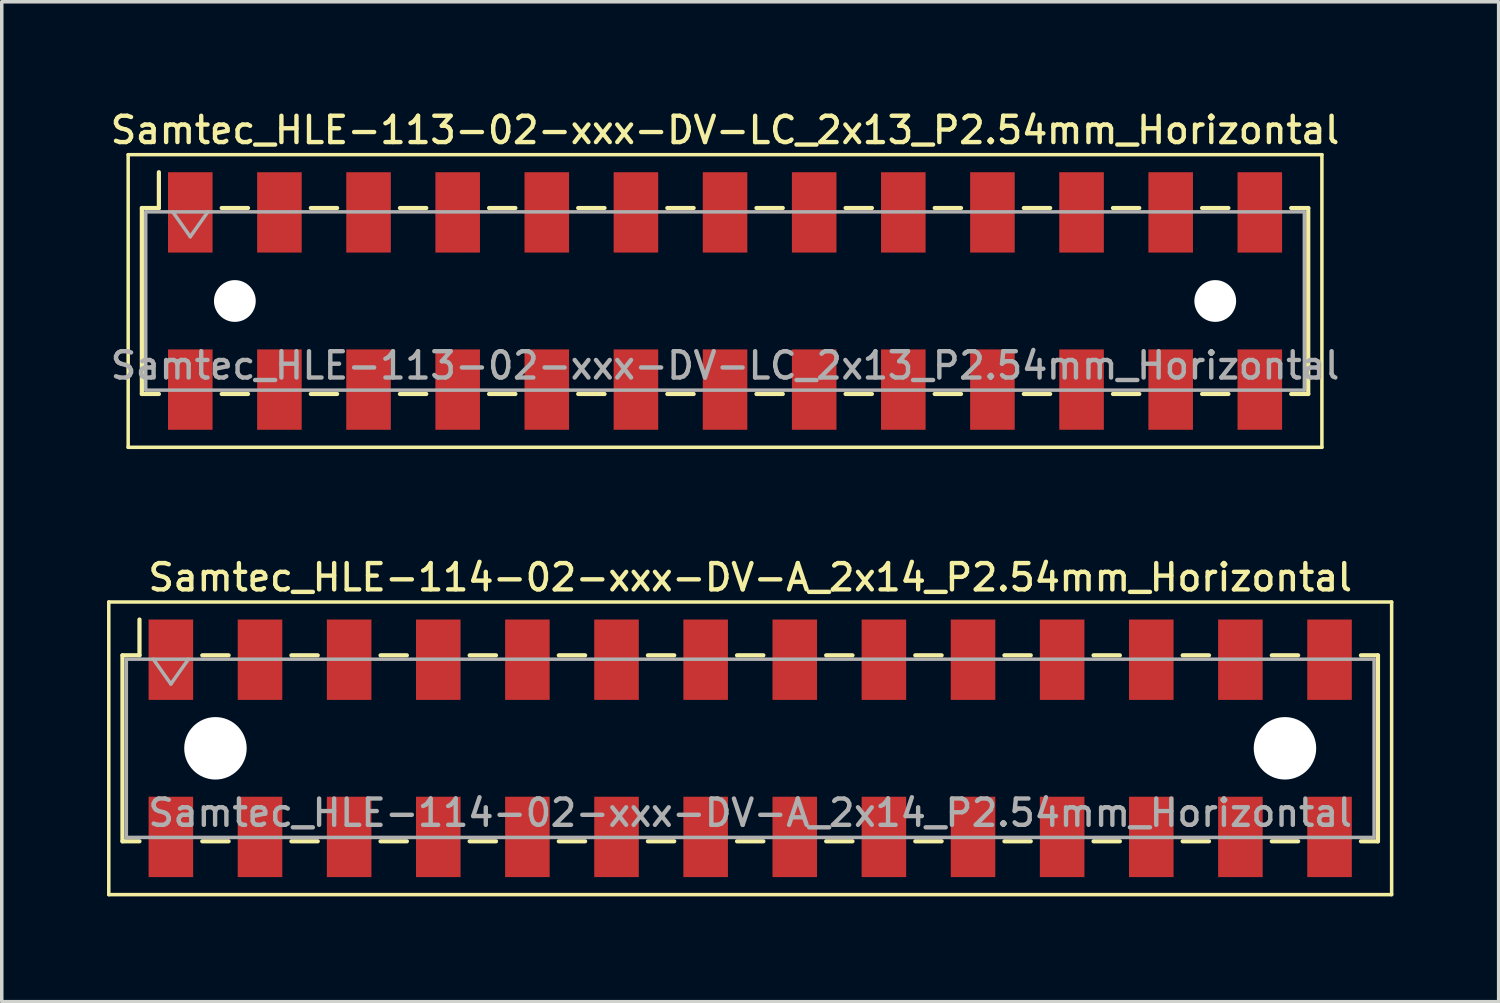
<source format=kicad_pcb>
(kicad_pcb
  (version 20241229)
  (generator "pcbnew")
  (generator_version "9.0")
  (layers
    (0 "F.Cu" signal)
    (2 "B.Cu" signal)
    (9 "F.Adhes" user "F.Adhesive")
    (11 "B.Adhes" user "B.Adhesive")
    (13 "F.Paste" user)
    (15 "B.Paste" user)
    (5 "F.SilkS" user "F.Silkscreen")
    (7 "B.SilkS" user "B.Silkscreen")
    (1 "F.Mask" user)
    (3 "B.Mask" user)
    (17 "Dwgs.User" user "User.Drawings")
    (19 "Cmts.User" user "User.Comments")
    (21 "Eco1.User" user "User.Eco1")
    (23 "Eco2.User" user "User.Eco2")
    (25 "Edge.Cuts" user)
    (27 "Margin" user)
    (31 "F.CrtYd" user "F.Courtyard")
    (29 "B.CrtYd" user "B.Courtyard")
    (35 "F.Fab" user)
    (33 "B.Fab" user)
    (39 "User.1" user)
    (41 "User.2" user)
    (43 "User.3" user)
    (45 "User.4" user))
  (footprint "Samtec_HLE-113-02-xxx-DV-LC_2x13_P2.54mm_Horizontal"
    (layer "F.Cu")
    (at 17.613 5.528)
    (property "Reference" "Samtec_HLE-113-02-xxx-DV-LC_2x13_P2.54mm_Horizontal" (at 0 -4.87 0) (layer "F.SilkS") (effects (font (size 0.75 0.75) (thickness 0.125))))
    (attr smd)
    (fp_line (start -17.01 -4.17) (end 17.01 -4.17) (stroke (width 0.1) (type solid)) (layer "F.SilkS"))
    (fp_line (start -17.01 4.17) (end -17.01 -4.17) (stroke (width 0.1) (type solid)) (layer "F.SilkS"))
    (fp_line (start -16.62 -2.65) (end -16.62 2.65) (stroke (width 0.12) (type solid)) (layer "F.SilkS"))
    (fp_line (start -16.62 2.65) (end -16.135 2.65) (stroke (width 0.12) (type solid)) (layer "F.SilkS"))
    (fp_line (start -16.135 -3.67) (end -16.135 -2.65) (stroke (width 0.12) (type solid)) (layer "F.SilkS"))
    (fp_line (start -16.135 -2.65) (end -16.62 -2.65) (stroke (width 0.12) (type solid)) (layer "F.SilkS"))
    (fp_line (start -14.345 -2.65) (end -13.595 -2.65) (stroke (width 0.12) (type solid)) (layer "F.SilkS"))
    (fp_line (start -14.345 2.65) (end -13.595 2.65) (stroke (width 0.12) (type solid)) (layer "F.SilkS"))
    (fp_line (start -11.805 -2.65) (end -11.055 -2.65) (stroke (width 0.12) (type solid)) (layer "F.SilkS"))
    (fp_line (start -11.805 2.65) (end -11.055 2.65) (stroke (width 0.12) (type solid)) (layer "F.SilkS"))
    (fp_line (start -9.265 -2.65) (end -8.515 -2.65) (stroke (width 0.12) (type solid)) (layer "F.SilkS"))
    (fp_line (start -9.265 2.65) (end -8.515 2.65) (stroke (width 0.12) (type solid)) (layer "F.SilkS"))
    (fp_line (start -6.725 -2.65) (end -5.975 -2.65) (stroke (width 0.12) (type solid)) (layer "F.SilkS"))
    (fp_line (start -6.725 2.65) (end -5.975 2.65) (stroke (width 0.12) (type solid)) (layer "F.SilkS"))
    (fp_line (start -4.185 -2.65) (end -3.435 -2.65) (stroke (width 0.12) (type solid)) (layer "F.SilkS"))
    (fp_line (start -4.185 2.65) (end -3.435 2.65) (stroke (width 0.12) (type solid)) (layer "F.SilkS"))
    (fp_line (start -1.645 -2.65) (end -0.895 -2.65) (stroke (width 0.12) (type solid)) (layer "F.SilkS"))
    (fp_line (start -1.645 2.65) (end -0.895 2.65) (stroke (width 0.12) (type solid)) (layer "F.SilkS"))
    (fp_line (start 0.895 -2.65) (end 1.645 -2.65) (stroke (width 0.12) (type solid)) (layer "F.SilkS"))
    (fp_line (start 0.895 2.65) (end 1.645 2.65) (stroke (width 0.12) (type solid)) (layer "F.SilkS"))
    (fp_line (start 3.435 -2.65) (end 4.185 -2.65) (stroke (width 0.12) (type solid)) (layer "F.SilkS"))
    (fp_line (start 3.435 2.65) (end 4.185 2.65) (stroke (width 0.12) (type solid)) (layer "F.SilkS"))
    (fp_line (start 5.975 -2.65) (end 6.725 -2.65) (stroke (width 0.12) (type solid)) (layer "F.SilkS"))
    (fp_line (start 5.975 2.65) (end 6.725 2.65) (stroke (width 0.12) (type solid)) (layer "F.SilkS"))
    (fp_line (start 8.515 -2.65) (end 9.265 -2.65) (stroke (width 0.12) (type solid)) (layer "F.SilkS"))
    (fp_line (start 8.515 2.65) (end 9.265 2.65) (stroke (width 0.12) (type solid)) (layer "F.SilkS"))
    (fp_line (start 11.055 -2.65) (end 11.805 -2.65) (stroke (width 0.12) (type solid)) (layer "F.SilkS"))
    (fp_line (start 11.055 2.65) (end 11.805 2.65) (stroke (width 0.12) (type solid)) (layer "F.SilkS"))
    (fp_line (start 13.595 -2.65) (end 14.345 -2.65) (stroke (width 0.12) (type solid)) (layer "F.SilkS"))
    (fp_line (start 13.595 2.65) (end 14.345 2.65) (stroke (width 0.12) (type solid)) (layer "F.SilkS"))
    (fp_line (start 16.135 -2.65) (end 16.62 -2.65) (stroke (width 0.12) (type solid)) (layer "F.SilkS"))
    (fp_line (start 16.62 -2.65) (end 16.62 2.65) (stroke (width 0.12) (type solid)) (layer "F.SilkS"))
    (fp_line (start 16.62 2.65) (end 16.135 2.65) (stroke (width 0.12) (type solid)) (layer "F.SilkS"))
    (fp_line (start 17.01 -4.17) (end 17.01 4.17) (stroke (width 0.1) (type solid)) (layer "F.SilkS"))
    (fp_line (start 17.01 4.17) (end -17.01 4.17) (stroke (width 0.1) (type solid)) (layer "F.SilkS"))
    (fp_line (start -16.51 -2.54) (end 16.51 -2.54) (stroke (width 0.1) (type solid)) (layer "F.Fab"))
    (fp_line (start -16.51 2.54) (end -16.51 -2.54) (stroke (width 0.1) (type solid)) (layer "F.Fab"))
    (fp_line (start -15.74 -2.54) (end -15.24 -1.833) (stroke (width 0.1) (type solid)) (layer "F.Fab"))
    (fp_line (start -15.24 -1.833) (end -14.74 -2.54) (stroke (width 0.1) (type solid)) (layer "F.Fab"))
    (fp_line (start 16.51 -2.54) (end 16.51 2.54) (stroke (width 0.1) (type solid)) (layer "F.Fab"))
    (fp_line (start 16.51 2.54) (end -16.51 2.54) (stroke (width 0.1) (type solid)) (layer "F.Fab"))
    (fp_text user "${REFERENCE}" (at 0 1.84 0) (layer "F.Fab") (effects (font (size 0.75 0.75) (thickness 0.125))))
    (pad "" np_thru_hole circle (at -13.97 0) (size 1.19 1.19) (drill 1.19) (layers "*.Cu" "*.Mask"))
    (pad "" np_thru_hole circle (at 13.97 0) (size 1.19 1.19) (drill 1.19) (layers "*.Cu" "*.Mask"))
    (pad "1" smd rect (at -15.24 -2.525) (size 1.27 2.29) (layers "F.Cu" "F.Mask" "F.Paste"))
    (pad "2" smd rect (at -15.24 2.525) (size 1.27 2.29) (layers "F.Cu" "F.Mask" "F.Paste"))
    (pad "3" smd rect (at -12.7 -2.525) (size 1.27 2.29) (layers "F.Cu" "F.Mask" "F.Paste"))
    (pad "4" smd rect (at -12.7 2.525) (size 1.27 2.29) (layers "F.Cu" "F.Mask" "F.Paste"))
    (pad "5" smd rect (at -10.16 -2.525) (size 1.27 2.29) (layers "F.Cu" "F.Mask" "F.Paste"))
    (pad "6" smd rect (at -10.16 2.525) (size 1.27 2.29) (layers "F.Cu" "F.Mask" "F.Paste"))
    (pad "7" smd rect (at -7.62 -2.525) (size 1.27 2.29) (layers "F.Cu" "F.Mask" "F.Paste"))
    (pad "8" smd rect (at -7.62 2.525) (size 1.27 2.29) (layers "F.Cu" "F.Mask" "F.Paste"))
    (pad "9" smd rect (at -5.08 -2.525) (size 1.27 2.29) (layers "F.Cu" "F.Mask" "F.Paste"))
    (pad "10" smd rect (at -5.08 2.525) (size 1.27 2.29) (layers "F.Cu" "F.Mask" "F.Paste"))
    (pad "11" smd rect (at -2.54 -2.525) (size 1.27 2.29) (layers "F.Cu" "F.Mask" "F.Paste"))
    (pad "12" smd rect (at -2.54 2.525) (size 1.27 2.29) (layers "F.Cu" "F.Mask" "F.Paste"))
    (pad "13" smd rect (at 0 -2.525) (size 1.27 2.29) (layers "F.Cu" "F.Mask" "F.Paste"))
    (pad "14" smd rect (at 0 2.525) (size 1.27 2.29) (layers "F.Cu" "F.Mask" "F.Paste"))
    (pad "15" smd rect (at 2.54 -2.525) (size 1.27 2.29) (layers "F.Cu" "F.Mask" "F.Paste"))
    (pad "16" smd rect (at 2.54 2.525) (size 1.27 2.29) (layers "F.Cu" "F.Mask" "F.Paste"))
    (pad "17" smd rect (at 5.08 -2.525) (size 1.27 2.29) (layers "F.Cu" "F.Mask" "F.Paste"))
    (pad "18" smd rect (at 5.08 2.525) (size 1.27 2.29) (layers "F.Cu" "F.Mask" "F.Paste"))
    (pad "19" smd rect (at 7.62 -2.525) (size 1.27 2.29) (layers "F.Cu" "F.Mask" "F.Paste"))
    (pad "20" smd rect (at 7.62 2.525) (size 1.27 2.29) (layers "F.Cu" "F.Mask" "F.Paste"))
    (pad "21" smd rect (at 10.16 -2.525) (size 1.27 2.29) (layers "F.Cu" "F.Mask" "F.Paste"))
    (pad "22" smd rect (at 10.16 2.525) (size 1.27 2.29) (layers "F.Cu" "F.Mask" "F.Paste"))
    (pad "23" smd rect (at 12.7 -2.525) (size 1.27 2.29) (layers "F.Cu" "F.Mask" "F.Paste"))
    (pad "24" smd rect (at 12.7 2.525) (size 1.27 2.29) (layers "F.Cu" "F.Mask" "F.Paste"))
    (pad "25" smd rect (at 15.24 -2.525) (size 1.27 2.29) (layers "F.Cu" "F.Mask" "F.Paste"))
    (pad "26" smd rect (at 15.24 2.525) (size 1.27 2.29) (layers "F.Cu" "F.Mask" "F.Paste")))
  (footprint "Samtec_HLE-114-02-xxx-DV-A_2x14_P2.54mm_Horizontal"
    (layer "F.Cu")
    (at 18.33 18.276)
    (property "Reference" "Samtec_HLE-114-02-xxx-DV-A_2x14_P2.54mm_Horizontal" (at 0 -4.87 0) (layer "F.SilkS") (effects (font (size 0.75 0.75) (thickness 0.125))))
    (attr smd)
    (fp_line (start -18.28 -4.17) (end 18.28 -4.17) (stroke (width 0.1) (type solid)) (layer "F.SilkS"))
    (fp_line (start -18.28 4.17) (end -18.28 -4.17) (stroke (width 0.1) (type solid)) (layer "F.SilkS"))
    (fp_line (start -17.89 -2.65) (end -17.89 2.65) (stroke (width 0.12) (type solid)) (layer "F.SilkS"))
    (fp_line (start -17.89 2.65) (end -17.405 2.65) (stroke (width 0.12) (type solid)) (layer "F.SilkS"))
    (fp_line (start -17.405 -3.67) (end -17.405 -2.65) (stroke (width 0.12) (type solid)) (layer "F.SilkS"))
    (fp_line (start -17.405 -2.65) (end -17.89 -2.65) (stroke (width 0.12) (type solid)) (layer "F.SilkS"))
    (fp_line (start -15.615 -2.65) (end -14.865 -2.65) (stroke (width 0.12) (type solid)) (layer "F.SilkS"))
    (fp_line (start -15.615 2.65) (end -14.865 2.65) (stroke (width 0.12) (type solid)) (layer "F.SilkS"))
    (fp_line (start -13.075 -2.65) (end -12.325 -2.65) (stroke (width 0.12) (type solid)) (layer "F.SilkS"))
    (fp_line (start -13.075 2.65) (end -12.325 2.65) (stroke (width 0.12) (type solid)) (layer "F.SilkS"))
    (fp_line (start -10.535 -2.65) (end -9.785 -2.65) (stroke (width 0.12) (type solid)) (layer "F.SilkS"))
    (fp_line (start -10.535 2.65) (end -9.785 2.65) (stroke (width 0.12) (type solid)) (layer "F.SilkS"))
    (fp_line (start -7.995 -2.65) (end -7.245 -2.65) (stroke (width 0.12) (type solid)) (layer "F.SilkS"))
    (fp_line (start -7.995 2.65) (end -7.245 2.65) (stroke (width 0.12) (type solid)) (layer "F.SilkS"))
    (fp_line (start -5.455 -2.65) (end -4.705 -2.65) (stroke (width 0.12) (type solid)) (layer "F.SilkS"))
    (fp_line (start -5.455 2.65) (end -4.705 2.65) (stroke (width 0.12) (type solid)) (layer "F.SilkS"))
    (fp_line (start -2.915 -2.65) (end -2.165 -2.65) (stroke (width 0.12) (type solid)) (layer "F.SilkS"))
    (fp_line (start -2.915 2.65) (end -2.165 2.65) (stroke (width 0.12) (type solid)) (layer "F.SilkS"))
    (fp_line (start -0.375 -2.65) (end 0.375 -2.65) (stroke (width 0.12) (type solid)) (layer "F.SilkS"))
    (fp_line (start -0.375 2.65) (end 0.375 2.65) (stroke (width 0.12) (type solid)) (layer "F.SilkS"))
    (fp_line (start 2.165 -2.65) (end 2.915 -2.65) (stroke (width 0.12) (type solid)) (layer "F.SilkS"))
    (fp_line (start 2.165 2.65) (end 2.915 2.65) (stroke (width 0.12) (type solid)) (layer "F.SilkS"))
    (fp_line (start 4.705 -2.65) (end 5.455 -2.65) (stroke (width 0.12) (type solid)) (layer "F.SilkS"))
    (fp_line (start 4.705 2.65) (end 5.455 2.65) (stroke (width 0.12) (type solid)) (layer "F.SilkS"))
    (fp_line (start 7.245 -2.65) (end 7.995 -2.65) (stroke (width 0.12) (type solid)) (layer "F.SilkS"))
    (fp_line (start 7.245 2.65) (end 7.995 2.65) (stroke (width 0.12) (type solid)) (layer "F.SilkS"))
    (fp_line (start 9.785 -2.65) (end 10.535 -2.65) (stroke (width 0.12) (type solid)) (layer "F.SilkS"))
    (fp_line (start 9.785 2.65) (end 10.535 2.65) (stroke (width 0.12) (type solid)) (layer "F.SilkS"))
    (fp_line (start 12.325 -2.65) (end 13.075 -2.65) (stroke (width 0.12) (type solid)) (layer "F.SilkS"))
    (fp_line (start 12.325 2.65) (end 13.075 2.65) (stroke (width 0.12) (type solid)) (layer "F.SilkS"))
    (fp_line (start 14.865 -2.65) (end 15.615 -2.65) (stroke (width 0.12) (type solid)) (layer "F.SilkS"))
    (fp_line (start 14.865 2.65) (end 15.615 2.65) (stroke (width 0.12) (type solid)) (layer "F.SilkS"))
    (fp_line (start 17.405 -2.65) (end 17.89 -2.65) (stroke (width 0.12) (type solid)) (layer "F.SilkS"))
    (fp_line (start 17.89 -2.65) (end 17.89 2.65) (stroke (width 0.12) (type solid)) (layer "F.SilkS"))
    (fp_line (start 17.89 2.65) (end 17.405 2.65) (stroke (width 0.12) (type solid)) (layer "F.SilkS"))
    (fp_line (start 18.28 -4.17) (end 18.28 4.17) (stroke (width 0.1) (type solid)) (layer "F.SilkS"))
    (fp_line (start 18.28 4.17) (end -18.28 4.17) (stroke (width 0.1) (type solid)) (layer "F.SilkS"))
    (fp_line (start -17.78 -2.54) (end 17.78 -2.54) (stroke (width 0.1) (type solid)) (layer "F.Fab"))
    (fp_line (start -17.78 2.54) (end -17.78 -2.54) (stroke (width 0.1) (type solid)) (layer "F.Fab"))
    (fp_line (start -17.01 -2.54) (end -16.51 -1.833) (stroke (width 0.1) (type solid)) (layer "F.Fab"))
    (fp_line (start -16.51 -1.833) (end -16.01 -2.54) (stroke (width 0.1) (type solid)) (layer "F.Fab"))
    (fp_line (start 17.78 -2.54) (end 17.78 2.54) (stroke (width 0.1) (type solid)) (layer "F.Fab"))
    (fp_line (start 17.78 2.54) (end -17.78 2.54) (stroke (width 0.1) (type solid)) (layer "F.Fab"))
    (fp_text user "${REFERENCE}" (at 0 1.84 0) (layer "F.Fab") (effects (font (size 0.75 0.75) (thickness 0.125))))
    (pad "" np_thru_hole circle (at -15.24 0) (size 1.78 1.78) (drill 1.78) (layers "*.Cu" "*.Mask"))
    (pad "" np_thru_hole circle (at 15.24 0) (size 1.78 1.78) (drill 1.78) (layers "*.Cu" "*.Mask"))
    (pad "1" smd rect (at -16.51 -2.525) (size 1.27 2.29) (layers "F.Cu" "F.Mask" "F.Paste"))
    (pad "2" smd rect (at -16.51 2.525) (size 1.27 2.29) (layers "F.Cu" "F.Mask" "F.Paste"))
    (pad "3" smd rect (at -13.97 -2.525) (size 1.27 2.29) (layers "F.Cu" "F.Mask" "F.Paste"))
    (pad "4" smd rect (at -13.97 2.525) (size 1.27 2.29) (layers "F.Cu" "F.Mask" "F.Paste"))
    (pad "5" smd rect (at -11.43 -2.525) (size 1.27 2.29) (layers "F.Cu" "F.Mask" "F.Paste"))
    (pad "6" smd rect (at -11.43 2.525) (size 1.27 2.29) (layers "F.Cu" "F.Mask" "F.Paste"))
    (pad "7" smd rect (at -8.89 -2.525) (size 1.27 2.29) (layers "F.Cu" "F.Mask" "F.Paste"))
    (pad "8" smd rect (at -8.89 2.525) (size 1.27 2.29) (layers "F.Cu" "F.Mask" "F.Paste"))
    (pad "9" smd rect (at -6.35 -2.525) (size 1.27 2.29) (layers "F.Cu" "F.Mask" "F.Paste"))
    (pad "10" smd rect (at -6.35 2.525) (size 1.27 2.29) (layers "F.Cu" "F.Mask" "F.Paste"))
    (pad "11" smd rect (at -3.81 -2.525) (size 1.27 2.29) (layers "F.Cu" "F.Mask" "F.Paste"))
    (pad "12" smd rect (at -3.81 2.525) (size 1.27 2.29) (layers "F.Cu" "F.Mask" "F.Paste"))
    (pad "13" smd rect (at -1.27 -2.525) (size 1.27 2.29) (layers "F.Cu" "F.Mask" "F.Paste"))
    (pad "14" smd rect (at -1.27 2.525) (size 1.27 2.29) (layers "F.Cu" "F.Mask" "F.Paste"))
    (pad "15" smd rect (at 1.27 -2.525) (size 1.27 2.29) (layers "F.Cu" "F.Mask" "F.Paste"))
    (pad "16" smd rect (at 1.27 2.525) (size 1.27 2.29) (layers "F.Cu" "F.Mask" "F.Paste"))
    (pad "17" smd rect (at 3.81 -2.525) (size 1.27 2.29) (layers "F.Cu" "F.Mask" "F.Paste"))
    (pad "18" smd rect (at 3.81 2.525) (size 1.27 2.29) (layers "F.Cu" "F.Mask" "F.Paste"))
    (pad "19" smd rect (at 6.35 -2.525) (size 1.27 2.29) (layers "F.Cu" "F.Mask" "F.Paste"))
    (pad "20" smd rect (at 6.35 2.525) (size 1.27 2.29) (layers "F.Cu" "F.Mask" "F.Paste"))
    (pad "21" smd rect (at 8.89 -2.525) (size 1.27 2.29) (layers "F.Cu" "F.Mask" "F.Paste"))
    (pad "22" smd rect (at 8.89 2.525) (size 1.27 2.29) (layers "F.Cu" "F.Mask" "F.Paste"))
    (pad "23" smd rect (at 11.43 -2.525) (size 1.27 2.29) (layers "F.Cu" "F.Mask" "F.Paste"))
    (pad "24" smd rect (at 11.43 2.525) (size 1.27 2.29) (layers "F.Cu" "F.Mask" "F.Paste"))
    (pad "25" smd rect (at 13.97 -2.525) (size 1.27 2.29) (layers "F.Cu" "F.Mask" "F.Paste"))
    (pad "26" smd rect (at 13.97 2.525) (size 1.27 2.29) (layers "F.Cu" "F.Mask" "F.Paste"))
    (pad "27" smd rect (at 16.51 -2.525) (size 1.27 2.29) (layers "F.Cu" "F.Mask" "F.Paste"))
    (pad "28" smd rect (at 16.51 2.525) (size 1.27 2.29) (layers "F.Cu" "F.Mask" "F.Paste")))
  (gr_rect
    (start -3 -3)
    (end 39.66 25.496)
    (stroke (width 0.1) (type default))
    (fill no)
    (layer "Edge.Cuts")))
</source>
